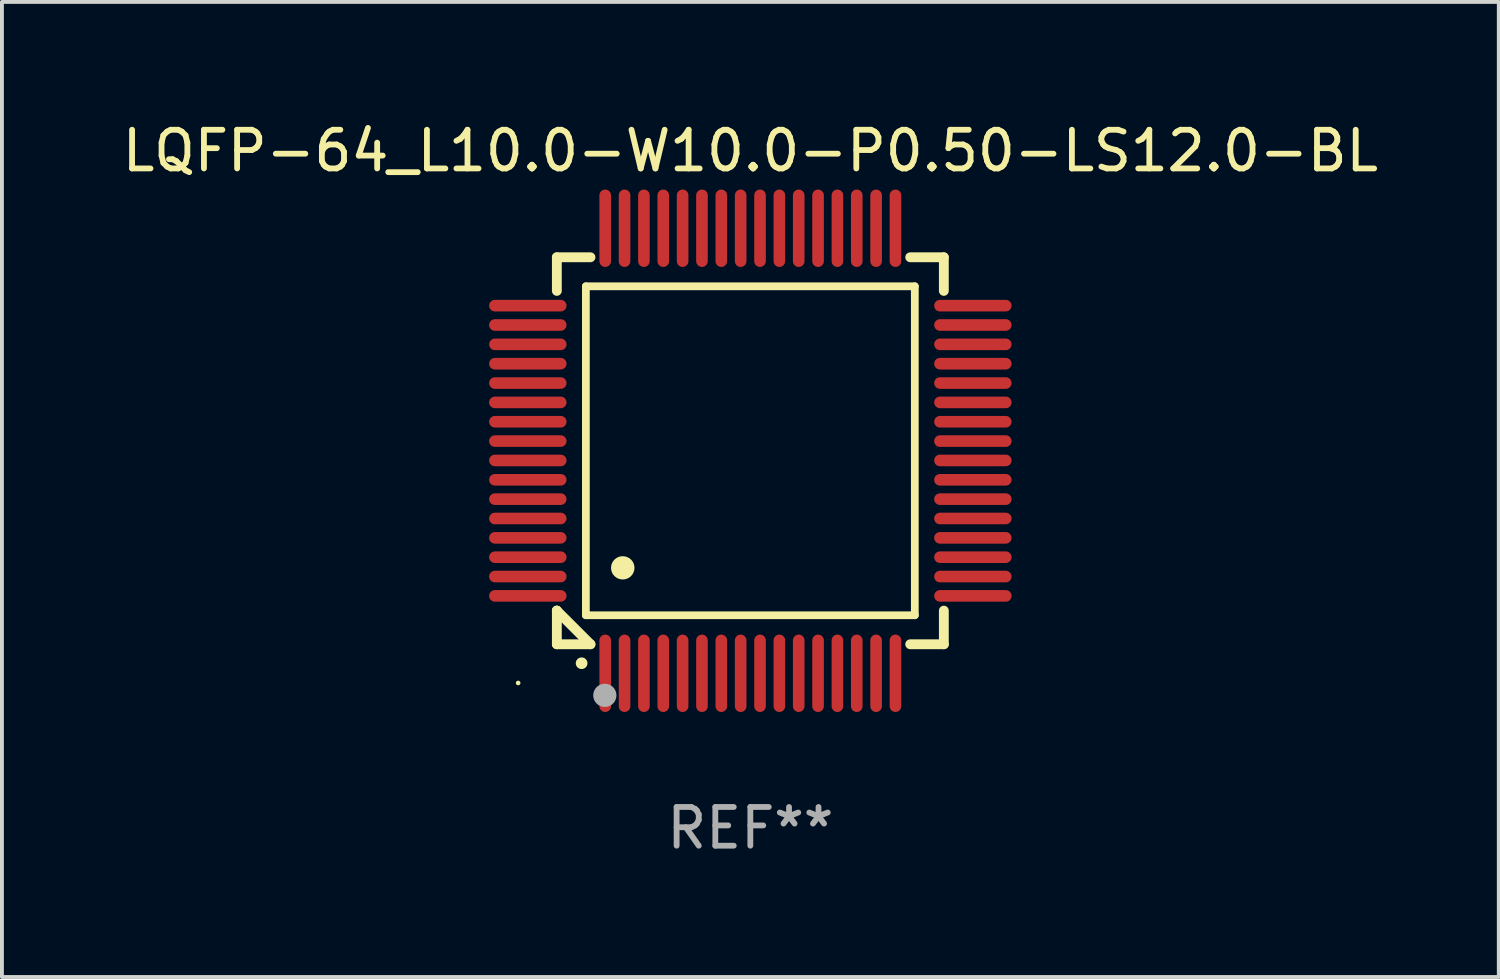
<source format=kicad_pcb>
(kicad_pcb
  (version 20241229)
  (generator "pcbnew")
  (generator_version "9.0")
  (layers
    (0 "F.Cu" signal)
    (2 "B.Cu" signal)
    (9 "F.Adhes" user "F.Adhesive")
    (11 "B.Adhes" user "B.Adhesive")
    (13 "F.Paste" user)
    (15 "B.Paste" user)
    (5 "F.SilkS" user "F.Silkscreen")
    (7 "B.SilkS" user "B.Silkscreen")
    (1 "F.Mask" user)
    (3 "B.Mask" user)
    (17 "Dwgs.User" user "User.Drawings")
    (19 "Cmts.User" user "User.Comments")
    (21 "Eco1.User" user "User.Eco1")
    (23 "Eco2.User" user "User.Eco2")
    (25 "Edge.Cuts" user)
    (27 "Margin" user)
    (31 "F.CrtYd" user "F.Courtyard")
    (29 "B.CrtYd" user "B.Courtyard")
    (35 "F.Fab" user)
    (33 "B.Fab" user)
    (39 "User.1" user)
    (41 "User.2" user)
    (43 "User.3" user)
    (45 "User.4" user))
  (footprint "LQFP-64_L10.0-W10.0-P0.50-LS12.0-BL"
    (layer "F.Cu")
    (at 16.339 8.598)
    (property "Reference" "LQFP-64_L10.0-W10.0-P0.50-LS12.0-BL" (at 0 -7.75 0) (layer "F.SilkS") (effects (font (size 1 1) (thickness 0.15))))
    (attr smd)
    (fp_line (start -5 -5) (end -4.131 -5) (stroke (width 0.254) (type solid)) (layer "F.SilkS"))
    (fp_line (start -5 -4.131) (end -5 -5) (stroke (width 0.254) (type solid)) (layer "F.SilkS"))
    (fp_line (start -5 4.131) (end -5 4.131) (stroke (width 0.254) (type solid)) (layer "F.SilkS"))
    (fp_line (start -5 5) (end -5 4.131) (stroke (width 0.254) (type solid)) (layer "F.SilkS"))
    (fp_line (start -5 4.131) (end -4.131 5) (stroke (width 0.254) (type solid)) (layer "F.SilkS"))
    (fp_line (start -4.25 -4.25) (end -4.25 4.25) (stroke (width 0.2) (type solid)) (layer "F.SilkS"))
    (fp_line (start -4.25 4.25) (end 4.25 4.25) (stroke (width 0.2) (type solid)) (layer "F.SilkS"))
    (fp_line (start -4.131 5) (end -5 5) (stroke (width 0.254) (type solid)) (layer "F.SilkS"))
    (fp_line (start 4.25 -4.25) (end -4.25 -4.25) (stroke (width 0.2) (type solid)) (layer "F.SilkS"))
    (fp_line (start 4.25 4.25) (end 4.25 -4.25) (stroke (width 0.2) (type solid)) (layer "F.SilkS"))
    (fp_line (start 5 -5) (end 4.131 -5) (stroke (width 0.254) (type solid)) (layer "F.SilkS"))
    (fp_line (start 5 -5) (end 5 -4.131) (stroke (width 0.254) (type solid)) (layer "F.SilkS"))
    (fp_line (start 5 4.131) (end 5 5) (stroke (width 0.254) (type solid)) (layer "F.SilkS"))
    (fp_line (start 5 5) (end 4.131 5) (stroke (width 0.254) (type solid)) (layer "F.SilkS"))
    (fp_arc (start -4.361265 5.489992) (mid -4.359995 5.489987) (end -4.358725 5.489992) (stroke (width 0.3) (type solid)) (layer "F.SilkS"))
    (fp_arc (start -3.299467 3.025146) (mid -3.296927 3.025135) (end -3.294387 3.025146) (stroke (width 0.6) (type solid)) (layer "F.SilkS"))
    (fp_circle (center -6 6) (end -5.97 6) (stroke (width 0.06) (type solid)) (fill no) (layer "F.SilkS"))
    (fp_circle (center -3.76 6.32) (end -3.61 6.32) (stroke (width 0.3) (type solid)) (fill no) (layer "F.Fab"))
    (fp_text user "REF**" (at 0 9.75 0) (layer "F.Fab") (effects (font (size 1 1) (thickness 0.15))))
    (pad "1" smd oval (at -3.75 5.75) (size 0.3 2) (layers "F.Cu" "F.Mask" "F.Paste"))
    (pad "2" smd oval (at -3.25 5.75) (size 0.3 2) (layers "F.Cu" "F.Mask" "F.Paste"))
    (pad "3" smd oval (at -2.75 5.75) (size 0.3 2) (layers "F.Cu" "F.Mask" "F.Paste"))
    (pad "4" smd oval (at -2.25 5.75) (size 0.3 2) (layers "F.Cu" "F.Mask" "F.Paste"))
    (pad "5" smd oval (at -1.75 5.75) (size 0.3 2) (layers "F.Cu" "F.Mask" "F.Paste"))
    (pad "6" smd oval (at -1.25 5.75) (size 0.3 2) (layers "F.Cu" "F.Mask" "F.Paste"))
    (pad "7" smd oval (at -0.75 5.75) (size 0.3 2) (layers "F.Cu" "F.Mask" "F.Paste"))
    (pad "8" smd oval (at -0.25 5.75) (size 0.3 2) (layers "F.Cu" "F.Mask" "F.Paste"))
    (pad "9" smd oval (at 0.25 5.75) (size 0.3 2) (layers "F.Cu" "F.Mask" "F.Paste"))
    (pad "10" smd oval (at 0.75 5.75) (size 0.3 2) (layers "F.Cu" "F.Mask" "F.Paste"))
    (pad "11" smd oval (at 1.25 5.75) (size 0.3 2) (layers "F.Cu" "F.Mask" "F.Paste"))
    (pad "12" smd oval (at 1.75 5.75) (size 0.3 2) (layers "F.Cu" "F.Mask" "F.Paste"))
    (pad "13" smd oval (at 2.25 5.75) (size 0.3 2) (layers "F.Cu" "F.Mask" "F.Paste"))
    (pad "14" smd oval (at 2.75 5.75) (size 0.3 2) (layers "F.Cu" "F.Mask" "F.Paste"))
    (pad "15" smd oval (at 3.25 5.75) (size 0.3 2) (layers "F.Cu" "F.Mask" "F.Paste"))
    (pad "16" smd oval (at 3.75 5.75) (size 0.3 2) (layers "F.Cu" "F.Mask" "F.Paste"))
    (pad "17" smd oval (at 5.75 3.75) (size 2 0.3) (layers "F.Cu" "F.Mask" "F.Paste"))
    (pad "18" smd oval (at 5.75 3.25) (size 2 0.3) (layers "F.Cu" "F.Mask" "F.Paste"))
    (pad "19" smd oval (at 5.75 2.75) (size 2 0.3) (layers "F.Cu" "F.Mask" "F.Paste"))
    (pad "20" smd oval (at 5.75 2.25) (size 2 0.3) (layers "F.Cu" "F.Mask" "F.Paste"))
    (pad "21" smd oval (at 5.75 1.75) (size 2 0.3) (layers "F.Cu" "F.Mask" "F.Paste"))
    (pad "22" smd oval (at 5.75 1.25) (size 2 0.3) (layers "F.Cu" "F.Mask" "F.Paste"))
    (pad "23" smd oval (at 5.75 0.75) (size 2 0.3) (layers "F.Cu" "F.Mask" "F.Paste"))
    (pad "24" smd oval (at 5.75 0.25) (size 2 0.3) (layers "F.Cu" "F.Mask" "F.Paste"))
    (pad "25" smd oval (at 5.75 -0.25) (size 2 0.3) (layers "F.Cu" "F.Mask" "F.Paste"))
    (pad "26" smd oval (at 5.75 -0.75) (size 2 0.3) (layers "F.Cu" "F.Mask" "F.Paste"))
    (pad "27" smd oval (at 5.75 -1.25) (size 2 0.3) (layers "F.Cu" "F.Mask" "F.Paste"))
    (pad "28" smd oval (at 5.75 -1.75) (size 2 0.3) (layers "F.Cu" "F.Mask" "F.Paste"))
    (pad "29" smd oval (at 5.75 -2.25) (size 2 0.3) (layers "F.Cu" "F.Mask" "F.Paste"))
    (pad "30" smd oval (at 5.75 -2.75) (size 2 0.3) (layers "F.Cu" "F.Mask" "F.Paste"))
    (pad "31" smd oval (at 5.75 -3.25) (size 2 0.3) (layers "F.Cu" "F.Mask" "F.Paste"))
    (pad "32" smd oval (at 5.75 -3.75) (size 2 0.3) (layers "F.Cu" "F.Mask" "F.Paste"))
    (pad "33" smd oval (at 3.75 -5.75) (size 0.3 2) (layers "F.Cu" "F.Mask" "F.Paste"))
    (pad "34" smd oval (at 3.25 -5.75) (size 0.3 2) (layers "F.Cu" "F.Mask" "F.Paste"))
    (pad "35" smd oval (at 2.75 -5.75) (size 0.3 2) (layers "F.Cu" "F.Mask" "F.Paste"))
    (pad "36" smd oval (at 2.25 -5.75) (size 0.3 2) (layers "F.Cu" "F.Mask" "F.Paste"))
    (pad "37" smd oval (at 1.75 -5.75) (size 0.3 2) (layers "F.Cu" "F.Mask" "F.Paste"))
    (pad "38" smd oval (at 1.25 -5.75) (size 0.3 2) (layers "F.Cu" "F.Mask" "F.Paste"))
    (pad "39" smd oval (at 0.75 -5.75) (size 0.3 2) (layers "F.Cu" "F.Mask" "F.Paste"))
    (pad "40" smd oval (at 0.25 -5.75) (size 0.3 2) (layers "F.Cu" "F.Mask" "F.Paste"))
    (pad "41" smd oval (at -0.25 -5.75) (size 0.3 2) (layers "F.Cu" "F.Mask" "F.Paste"))
    (pad "42" smd oval (at -0.75 -5.75) (size 0.3 2) (layers "F.Cu" "F.Mask" "F.Paste"))
    (pad "43" smd oval (at -1.25 -5.75) (size 0.3 2) (layers "F.Cu" "F.Mask" "F.Paste"))
    (pad "44" smd oval (at -1.75 -5.75) (size 0.3 2) (layers "F.Cu" "F.Mask" "F.Paste"))
    (pad "45" smd oval (at -2.25 -5.75) (size 0.3 2) (layers "F.Cu" "F.Mask" "F.Paste"))
    (pad "46" smd oval (at -2.75 -5.75) (size 0.3 2) (layers "F.Cu" "F.Mask" "F.Paste"))
    (pad "47" smd oval (at -3.25 -5.75) (size 0.3 2) (layers "F.Cu" "F.Mask" "F.Paste"))
    (pad "48" smd oval (at -3.75 -5.75) (size 0.3 2) (layers "F.Cu" "F.Mask" "F.Paste"))
    (pad "49" smd oval (at -5.75 -3.75) (size 2 0.3) (layers "F.Cu" "F.Mask" "F.Paste"))
    (pad "50" smd oval (at -5.75 -3.25) (size 2 0.3) (layers "F.Cu" "F.Mask" "F.Paste"))
    (pad "51" smd oval (at -5.75 -2.75) (size 2 0.3) (layers "F.Cu" "F.Mask" "F.Paste"))
    (pad "52" smd oval (at -5.75 -2.25) (size 2 0.3) (layers "F.Cu" "F.Mask" "F.Paste"))
    (pad "53" smd oval (at -5.75 -1.75) (size 2 0.3) (layers "F.Cu" "F.Mask" "F.Paste"))
    (pad "54" smd oval (at -5.75 -1.25) (size 2 0.3) (layers "F.Cu" "F.Mask" "F.Paste"))
    (pad "55" smd oval (at -5.75 -0.75) (size 2 0.3) (layers "F.Cu" "F.Mask" "F.Paste"))
    (pad "56" smd oval (at -5.75 -0.25) (size 2 0.3) (layers "F.Cu" "F.Mask" "F.Paste"))
    (pad "57" smd oval (at -5.75 0.25) (size 2 0.3) (layers "F.Cu" "F.Mask" "F.Paste"))
    (pad "58" smd oval (at -5.75 0.75) (size 2 0.3) (layers "F.Cu" "F.Mask" "F.Paste"))
    (pad "59" smd oval (at -5.75 1.25) (size 2 0.3) (layers "F.Cu" "F.Mask" "F.Paste"))
    (pad "60" smd oval (at -5.75 1.75) (size 2 0.3) (layers "F.Cu" "F.Mask" "F.Paste"))
    (pad "61" smd oval (at -5.75 2.25) (size 2 0.3) (layers "F.Cu" "F.Mask" "F.Paste"))
    (pad "62" smd oval (at -5.75 2.75) (size 2 0.3) (layers "F.Cu" "F.Mask" "F.Paste"))
    (pad "63" smd oval (at -5.75 3.25) (size 2 0.3) (layers "F.Cu" "F.Mask" "F.Paste"))
    (pad "64" smd oval (at -5.75 3.75) (size 2 0.3) (layers "F.Cu" "F.Mask" "F.Paste")))
  (gr_rect
    (start -3 -3)
    (end 35.679 22.196)
    (stroke (width 0.1) (type default))
    (fill no)
    (layer "Edge.Cuts")))
</source>
